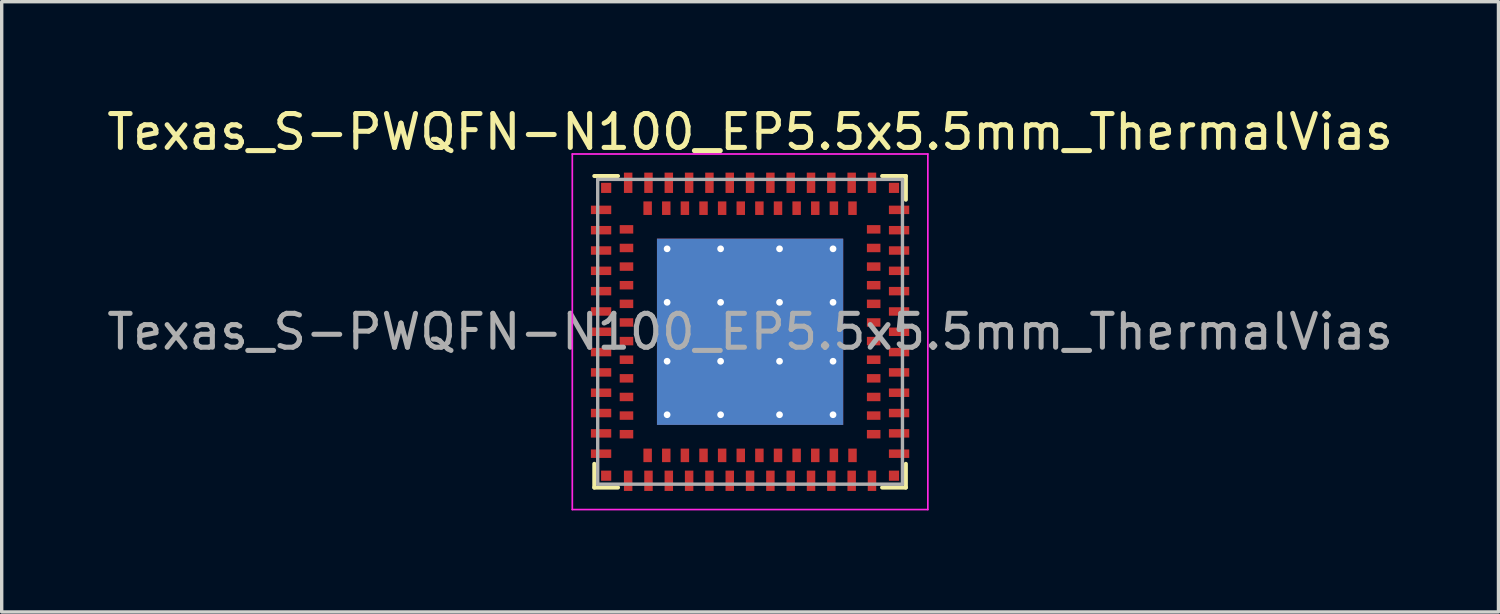
<source format=kicad_pcb>
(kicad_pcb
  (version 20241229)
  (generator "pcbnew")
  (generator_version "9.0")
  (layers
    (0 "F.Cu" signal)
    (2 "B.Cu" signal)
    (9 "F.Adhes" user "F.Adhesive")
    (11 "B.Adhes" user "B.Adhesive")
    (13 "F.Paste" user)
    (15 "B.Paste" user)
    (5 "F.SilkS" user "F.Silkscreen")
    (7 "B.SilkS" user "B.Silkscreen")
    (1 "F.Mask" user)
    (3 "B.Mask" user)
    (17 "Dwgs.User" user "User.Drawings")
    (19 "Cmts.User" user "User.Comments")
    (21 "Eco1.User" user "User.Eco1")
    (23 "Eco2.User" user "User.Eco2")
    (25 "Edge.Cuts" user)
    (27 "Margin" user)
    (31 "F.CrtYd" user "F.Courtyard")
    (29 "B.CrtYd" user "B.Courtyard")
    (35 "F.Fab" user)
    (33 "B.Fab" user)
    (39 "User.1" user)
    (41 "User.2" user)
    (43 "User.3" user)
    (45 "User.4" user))
  (footprint "Texas_S-PWQFN-N100_EP5.5x5.5mm_ThermalVias"
    (layer "F.Cu")
    (at 19.101 6.748)
    (property "Reference" "Texas_S-PWQFN-N100_EP5.5x5.5mm_ThermalVias" (at 0 -5.9 0) (layer "F.SilkS") (effects (font (size 1 1) (thickness 0.15))))
    (attr smd)
    (fp_line (start -4.6 -4.6) (end -3.9 -4.6) (stroke (width 0.12) (type solid)) (layer "F.SilkS"))
    (fp_line (start -4.6 3.9) (end -4.6 4.6) (stroke (width 0.12) (type solid)) (layer "F.SilkS"))
    (fp_line (start -4.6 4.6) (end -3.9 4.6) (stroke (width 0.12) (type solid)) (layer "F.SilkS"))
    (fp_line (start 4.6 -4.6) (end 3.9 -4.6) (stroke (width 0.12) (type solid)) (layer "F.SilkS"))
    (fp_line (start 4.6 -3.9) (end 4.6 -4.6) (stroke (width 0.12) (type solid)) (layer "F.SilkS"))
    (fp_line (start 4.6 3.9) (end 4.6 4.6) (stroke (width 0.12) (type solid)) (layer "F.SilkS"))
    (fp_line (start 4.6 4.6) (end 3.9 4.6) (stroke (width 0.12) (type solid)) (layer "F.SilkS"))
    (fp_line (start -5.25 -5.25) (end 5.25 -5.25) (stroke (width 0.05) (type solid)) (layer "F.CrtYd"))
    (fp_line (start -5.25 5.25) (end -5.25 -5.25) (stroke (width 0.05) (type solid)) (layer "F.CrtYd"))
    (fp_line (start 5.25 -5.25) (end 5.25 5.25) (stroke (width 0.05) (type solid)) (layer "F.CrtYd"))
    (fp_line (start 5.25 5.25) (end -5.25 5.25) (stroke (width 0.05) (type solid)) (layer "F.CrtYd"))
    (fp_line (start -4.5 -4.5) (end -4.5 4.5) (stroke (width 0.1) (type solid)) (layer "F.Fab"))
    (fp_line (start -4.5 -4.5) (end 4.5 -4.5) (stroke (width 0.1) (type solid)) (layer "F.Fab"))
    (fp_line (start -4.5 4.5) (end 4.5 4.5) (stroke (width 0.1) (type solid)) (layer "F.Fab"))
    (fp_line (start 4.5 -4.5) (end 4.5 4.5) (stroke (width 0.1) (type solid)) (layer "F.Fab"))
    (fp_text user "${REFERENCE}" (at 0 0 0) (layer "F.Fab") (effects (font (size 1 1) (thickness 0.15))))
    (pad "A1" smd rect (at -4.4 -3.6 90) (size 0.25 0.6) (layers "F.Cu" "F.Mask" "F.Paste"))
    (pad "A2" smd rect (at -4.4 -3 90) (size 0.25 0.6) (layers "F.Cu" "F.Mask" "F.Paste"))
    (pad "A3" smd rect (at -4.4 -2.4 90) (size 0.25 0.6) (layers "F.Cu" "F.Mask" "F.Paste"))
    (pad "A4" smd rect (at -4.4 -1.8 90) (size 0.25 0.6) (layers "F.Cu" "F.Mask" "F.Paste"))
    (pad "A5" smd rect (at -4.4 -1.2 90) (size 0.25 0.6) (layers "F.Cu" "F.Mask" "F.Paste"))
    (pad "A6" smd rect (at -4.4 -0.6 90) (size 0.25 0.6) (layers "F.Cu" "F.Mask" "F.Paste"))
    (pad "A7" smd rect (at -4.4 0 90) (size 0.25 0.6) (layers "F.Cu" "F.Mask" "F.Paste"))
    (pad "A8" smd rect (at -4.4 0.6 90) (size 0.25 0.6) (layers "F.Cu" "F.Mask" "F.Paste"))
    (pad "A9" smd rect (at -4.4 1.2 90) (size 0.25 0.6) (layers "F.Cu" "F.Mask" "F.Paste"))
    (pad "A10" smd rect (at -4.4 1.8 90) (size 0.25 0.6) (layers "F.Cu" "F.Mask" "F.Paste"))
    (pad "A11" smd rect (at -4.4 2.4 90) (size 0.25 0.6) (layers "F.Cu" "F.Mask" "F.Paste"))
    (pad "A12" smd rect (at -4.4 3 90) (size 0.25 0.6) (layers "F.Cu" "F.Mask" "F.Paste"))
    (pad "A13" smd rect (at -4.4 3.6 90) (size 0.25 0.6) (layers "F.Cu" "F.Mask" "F.Paste"))
    (pad "A14" smd rect (at -3.6 4.4) (size 0.25 0.6) (layers "F.Cu" "F.Mask" "F.Paste"))
    (pad "A15" smd rect (at -3 4.4) (size 0.25 0.6) (layers "F.Cu" "F.Mask" "F.Paste"))
    (pad "A16" smd rect (at -2.4 4.4) (size 0.25 0.6) (layers "F.Cu" "F.Mask" "F.Paste"))
    (pad "A17" smd rect (at -1.8 4.4) (size 0.25 0.6) (layers "F.Cu" "F.Mask" "F.Paste"))
    (pad "A18" smd rect (at -1.2 4.4) (size 0.25 0.6) (layers "F.Cu" "F.Mask" "F.Paste"))
    (pad "A19" smd rect (at -0.6 4.4) (size 0.25 0.6) (layers "F.Cu" "F.Mask" "F.Paste"))
    (pad "A20" smd rect (at 0 4.4) (size 0.25 0.6) (layers "F.Cu" "F.Mask" "F.Paste"))
    (pad "A21" smd rect (at 0.6 4.4) (size 0.25 0.6) (layers "F.Cu" "F.Mask" "F.Paste"))
    (pad "A22" smd rect (at 1.2 4.4) (size 0.25 0.6) (layers "F.Cu" "F.Mask" "F.Paste"))
    (pad "A23" smd rect (at 1.8 4.4) (size 0.25 0.6) (layers "F.Cu" "F.Mask" "F.Paste"))
    (pad "A24" smd rect (at 2.4 4.4) (size 0.25 0.6) (layers "F.Cu" "F.Mask" "F.Paste"))
    (pad "A25" smd rect (at 3 4.4) (size 0.25 0.6) (layers "F.Cu" "F.Mask" "F.Paste"))
    (pad "A26" smd rect (at 3.6 4.4) (size 0.25 0.6) (layers "F.Cu" "F.Mask" "F.Paste"))
    (pad "A27" smd rect (at 4.4 3.6 90) (size 0.25 0.6) (layers "F.Cu" "F.Mask" "F.Paste"))
    (pad "A28" smd rect (at 4.4 3 90) (size 0.25 0.6) (layers "F.Cu" "F.Mask" "F.Paste"))
    (pad "A29" smd rect (at 4.4 2.4 90) (size 0.25 0.6) (layers "F.Cu" "F.Mask" "F.Paste"))
    (pad "A30" smd rect (at 4.4 1.8 90) (size 0.25 0.6) (layers "F.Cu" "F.Mask" "F.Paste"))
    (pad "A31" smd rect (at 4.4 1.2 90) (size 0.25 0.6) (layers "F.Cu" "F.Mask" "F.Paste"))
    (pad "A32" smd rect (at 4.4 0.6 90) (size 0.25 0.6) (layers "F.Cu" "F.Mask" "F.Paste"))
    (pad "A33" smd rect (at 4.4 0 90) (size 0.25 0.6) (layers "F.Cu" "F.Mask" "F.Paste"))
    (pad "A34" smd rect (at 4.4 -0.6 90) (size 0.25 0.6) (layers "F.Cu" "F.Mask" "F.Paste"))
    (pad "A35" smd rect (at 4.4 -1.2 90) (size 0.25 0.6) (layers "F.Cu" "F.Mask" "F.Paste"))
    (pad "A36" smd rect (at 4.4 -1.8 90) (size 0.25 0.6) (layers "F.Cu" "F.Mask" "F.Paste"))
    (pad "A37" smd rect (at 4.4 -2.4 90) (size 0.25 0.6) (layers "F.Cu" "F.Mask" "F.Paste"))
    (pad "A38" smd rect (at 4.4 -3 90) (size 0.25 0.6) (layers "F.Cu" "F.Mask" "F.Paste"))
    (pad "A39" smd rect (at 4.4 -3.6 90) (size 0.25 0.6) (layers "F.Cu" "F.Mask" "F.Paste"))
    (pad "A40" smd rect (at 3.6 -4.4) (size 0.25 0.6) (layers "F.Cu" "F.Mask" "F.Paste"))
    (pad "A41" smd rect (at 3 -4.4) (size 0.25 0.6) (layers "F.Cu" "F.Mask" "F.Paste"))
    (pad "A42" smd rect (at 2.4 -4.4) (size 0.25 0.6) (layers "F.Cu" "F.Mask" "F.Paste"))
    (pad "A43" smd rect (at 1.8 -4.4) (size 0.25 0.6) (layers "F.Cu" "F.Mask" "F.Paste"))
    (pad "A44" smd rect (at 1.2 -4.4) (size 0.25 0.6) (layers "F.Cu" "F.Mask" "F.Paste"))
    (pad "A45" smd rect (at 0.6 -4.4) (size 0.25 0.6) (layers "F.Cu" "F.Mask" "F.Paste"))
    (pad "A46" smd rect (at 0 -4.4) (size 0.25 0.6) (layers "F.Cu" "F.Mask" "F.Paste"))
    (pad "A47" smd rect (at -0.6 -4.4) (size 0.25 0.6) (layers "F.Cu" "F.Mask" "F.Paste"))
    (pad "A48" smd rect (at -1.2 -4.4) (size 0.25 0.6) (layers "F.Cu" "F.Mask" "F.Paste"))
    (pad "A49" smd rect (at -1.8 -4.4) (size 0.25 0.6) (layers "F.Cu" "F.Mask" "F.Paste"))
    (pad "A50" smd rect (at -2.4 -4.4) (size 0.25 0.6) (layers "F.Cu" "F.Mask" "F.Paste"))
    (pad "A51" smd rect (at -3 -4.4) (size 0.25 0.6) (layers "F.Cu" "F.Mask" "F.Paste"))
    (pad "A52" smd rect (at -3.6 -4.4) (size 0.25 0.6) (layers "F.Cu" "F.Mask" "F.Paste"))
    (pad "A53" thru_hole circle (at -2.45 -2.45) (size 0.5 0.5) (drill 0.2) (layers "*.Cu"))
    (pad "A53" thru_hole circle (at -2.45 -0.87) (size 0.5 0.5) (drill 0.2) (layers "*.Cu"))
    (pad "A53" thru_hole circle (at -2.45 0.87) (size 0.5 0.5) (drill 0.2) (layers "*.Cu"))
    (pad "A53" thru_hole circle (at -2.45 2.45) (size 0.5 0.5) (drill 0.2) (layers "*.Cu"))
    (pad "A53" thru_hole circle (at -0.87 -2.45) (size 0.5 0.5) (drill 0.2) (layers "*.Cu"))
    (pad "A53" thru_hole circle (at -0.87 -0.87) (size 0.5 0.5) (drill 0.2) (layers "*.Cu"))
    (pad "A53" thru_hole circle (at -0.87 0.87) (size 0.5 0.5) (drill 0.2) (layers "*.Cu"))
    (pad "A53" thru_hole circle (at -0.87 2.45) (size 0.5 0.5) (drill 0.2) (layers "*.Cu"))
    (pad "A53" smd rect (at 0 0) (size 5.5 5.5) (layers "F.Cu" "F.Mask" "F.Paste"))
    (pad "A53" smd rect (at 0 0) (size 5.5 5.5) (layers "B.Cu"))
    (pad "A53" thru_hole circle (at 0.87 -2.45) (size 0.5 0.5) (drill 0.2) (layers "*.Cu"))
    (pad "A53" thru_hole circle (at 0.87 -0.87) (size 0.5 0.5) (drill 0.2) (layers "*.Cu"))
    (pad "A53" thru_hole circle (at 0.87 0.87) (size 0.5 0.5) (drill 0.2) (layers "*.Cu"))
    (pad "A53" thru_hole circle (at 0.87 2.45) (size 0.5 0.5) (drill 0.2) (layers "*.Cu"))
    (pad "A53" thru_hole circle (at 2.45 -2.45) (size 0.5 0.5) (drill 0.2) (layers "*.Cu"))
    (pad "A53" thru_hole circle (at 2.45 -0.87) (size 0.5 0.5) (drill 0.2) (layers "*.Cu"))
    (pad "A53" thru_hole circle (at 2.45 0.87) (size 0.5 0.5) (drill 0.2) (layers "*.Cu"))
    (pad "A53" thru_hole circle (at 2.45 2.45) (size 0.5 0.5) (drill 0.2) (layers "*.Cu"))
    (pad "B1" smd rect (at -3.65 -3.025 90) (size 0.25 0.4) (layers "F.Cu" "F.Mask" "F.Paste"))
    (pad "B2" smd rect (at -3.65 -2.475 90) (size 0.25 0.4) (layers "F.Cu" "F.Mask" "F.Paste"))
    (pad "B3" smd rect (at -3.65 -1.925 90) (size 0.25 0.4) (layers "F.Cu" "F.Mask" "F.Paste"))
    (pad "B4" smd rect (at -3.65 -1.375 90) (size 0.25 0.4) (layers "F.Cu" "F.Mask" "F.Paste"))
    (pad "B5" smd rect (at -3.65 -0.825 90) (size 0.25 0.4) (layers "F.Cu" "F.Mask" "F.Paste"))
    (pad "B6" smd rect (at -3.65 -0.275 90) (size 0.25 0.4) (layers "F.Cu" "F.Mask" "F.Paste"))
    (pad "B7" smd rect (at -3.65 0.275 90) (size 0.25 0.4) (layers "F.Cu" "F.Mask" "F.Paste"))
    (pad "B8" smd rect (at -3.65 0.825 90) (size 0.25 0.4) (layers "F.Cu" "F.Mask" "F.Paste"))
    (pad "B9" smd rect (at -3.65 1.375 90) (size 0.25 0.4) (layers "F.Cu" "F.Mask" "F.Paste"))
    (pad "B10" smd rect (at -3.65 1.925 90) (size 0.25 0.4) (layers "F.Cu" "F.Mask" "F.Paste"))
    (pad "B11" smd rect (at -3.65 2.475 90) (size 0.25 0.4) (layers "F.Cu" "F.Mask" "F.Paste"))
    (pad "B12" smd rect (at -3.65 3.025 90) (size 0.25 0.4) (layers "F.Cu" "F.Mask" "F.Paste"))
    (pad "B13" smd rect (at -3.025 3.65) (size 0.25 0.4) (layers "F.Cu" "F.Mask" "F.Paste"))
    (pad "B14" smd rect (at -2.475 3.65) (size 0.25 0.4) (layers "F.Cu" "F.Mask" "F.Paste"))
    (pad "B15" smd rect (at -1.925 3.65) (size 0.25 0.4) (layers "F.Cu" "F.Mask" "F.Paste"))
    (pad "B16" smd rect (at -1.375 3.65) (size 0.25 0.4) (layers "F.Cu" "F.Mask" "F.Paste"))
    (pad "B17" smd rect (at -0.825 3.65) (size 0.25 0.4) (layers "F.Cu" "F.Mask" "F.Paste"))
    (pad "B18" smd rect (at -0.275 3.65) (size 0.25 0.4) (layers "F.Cu" "F.Mask" "F.Paste"))
    (pad "B19" smd rect (at 0.275 3.65) (size 0.25 0.4) (layers "F.Cu" "F.Mask" "F.Paste"))
    (pad "B20" smd rect (at 0.825 3.65) (size 0.25 0.4) (layers "F.Cu" "F.Mask" "F.Paste"))
    (pad "B21" smd rect (at 1.375 3.65) (size 0.25 0.4) (layers "F.Cu" "F.Mask" "F.Paste"))
    (pad "B22" smd rect (at 1.925 3.65) (size 0.25 0.4) (layers "F.Cu" "F.Mask" "F.Paste"))
    (pad "B23" smd rect (at 2.475 3.65) (size 0.25 0.4) (layers "F.Cu" "F.Mask" "F.Paste"))
    (pad "B24" smd rect (at 3.025 3.65) (size 0.25 0.4) (layers "F.Cu" "F.Mask" "F.Paste"))
    (pad "B25" smd rect (at 3.65 3.025 90) (size 0.25 0.4) (layers "F.Cu" "F.Mask" "F.Paste"))
    (pad "B26" smd rect (at 3.65 2.475 90) (size 0.25 0.4) (layers "F.Cu" "F.Mask" "F.Paste"))
    (pad "B27" smd rect (at 3.65 1.925 90) (size 0.25 0.4) (layers "F.Cu" "F.Mask" "F.Paste"))
    (pad "B28" smd rect (at 3.65 1.375 90) (size 0.25 0.4) (layers "F.Cu" "F.Mask" "F.Paste"))
    (pad "B29" smd rect (at 3.65 0.825 90) (size 0.25 0.4) (layers "F.Cu" "F.Mask" "F.Paste"))
    (pad "B30" smd rect (at 3.65 0.275 90) (size 0.25 0.4) (layers "F.Cu" "F.Mask" "F.Paste"))
    (pad "B31" smd rect (at 3.65 -0.275 90) (size 0.25 0.4) (layers "F.Cu" "F.Mask" "F.Paste"))
    (pad "B32" smd rect (at 3.65 -0.825 90) (size 0.25 0.4) (layers "F.Cu" "F.Mask" "F.Paste"))
    (pad "B33" smd rect (at 3.65 -1.375 90) (size 0.25 0.4) (layers "F.Cu" "F.Mask" "F.Paste"))
    (pad "B34" smd rect (at 3.65 -1.925 90) (size 0.25 0.4) (layers "F.Cu" "F.Mask" "F.Paste"))
    (pad "B35" smd rect (at 3.65 -2.475 90) (size 0.25 0.4) (layers "F.Cu" "F.Mask" "F.Paste"))
    (pad "B36" smd rect (at 3.65 -3.025 90) (size 0.25 0.4) (layers "F.Cu" "F.Mask" "F.Paste"))
    (pad "B37" smd rect (at 3.025 -3.65) (size 0.25 0.4) (layers "F.Cu" "F.Mask" "F.Paste"))
    (pad "B38" smd rect (at 2.475 -3.65) (size 0.25 0.4) (layers "F.Cu" "F.Mask" "F.Paste"))
    (pad "B39" smd rect (at 1.925 -3.65) (size 0.25 0.4) (layers "F.Cu" "F.Mask" "F.Paste"))
    (pad "B40" smd rect (at 1.375 -3.65) (size 0.25 0.4) (layers "F.Cu" "F.Mask" "F.Paste"))
    (pad "B41" smd rect (at 0.825 -3.65) (size 0.25 0.4) (layers "F.Cu" "F.Mask" "F.Paste"))
    (pad "B42" smd rect (at 0.275 -3.65) (size 0.25 0.4) (layers "F.Cu" "F.Mask" "F.Paste"))
    (pad "B43" smd rect (at -0.275 -3.65) (size 0.25 0.4) (layers "F.Cu" "F.Mask" "F.Paste"))
    (pad "B44" smd rect (at -0.825 -3.65) (size 0.25 0.4) (layers "F.Cu" "F.Mask" "F.Paste"))
    (pad "B45" smd rect (at -1.375 -3.65) (size 0.25 0.4) (layers "F.Cu" "F.Mask" "F.Paste"))
    (pad "B46" smd rect (at -1.925 -3.65) (size 0.25 0.4) (layers "F.Cu" "F.Mask" "F.Paste"))
    (pad "B47" smd rect (at -2.475 -3.65) (size 0.25 0.4) (layers "F.Cu" "F.Mask" "F.Paste"))
    (pad "B48" smd rect (at -3.025 -3.65) (size 0.25 0.4) (layers "F.Cu" "F.Mask" "F.Paste"))
    (pad "C1" smd rect (at -4.25 -4.25) (size 0.3 0.3) (layers "F.Cu" "F.Mask" "F.Paste"))
    (pad "C2" smd rect (at -4.25 4.25) (size 0.3 0.3) (layers "F.Cu" "F.Mask" "F.Paste"))
    (pad "C3" smd rect (at 4.25 4.25) (size 0.3 0.3) (layers "F.Cu" "F.Mask" "F.Paste"))
    (pad "C4" smd rect (at 4.25 -4.25) (size 0.3 0.3) (layers "F.Cu" "F.Mask" "F.Paste")))
  (gr_rect
    (start -3 -3)
    (end 41.202 15.023)
    (stroke (width 0.1) (type default))
    (fill no)
    (layer "Edge.Cuts")))
</source>
